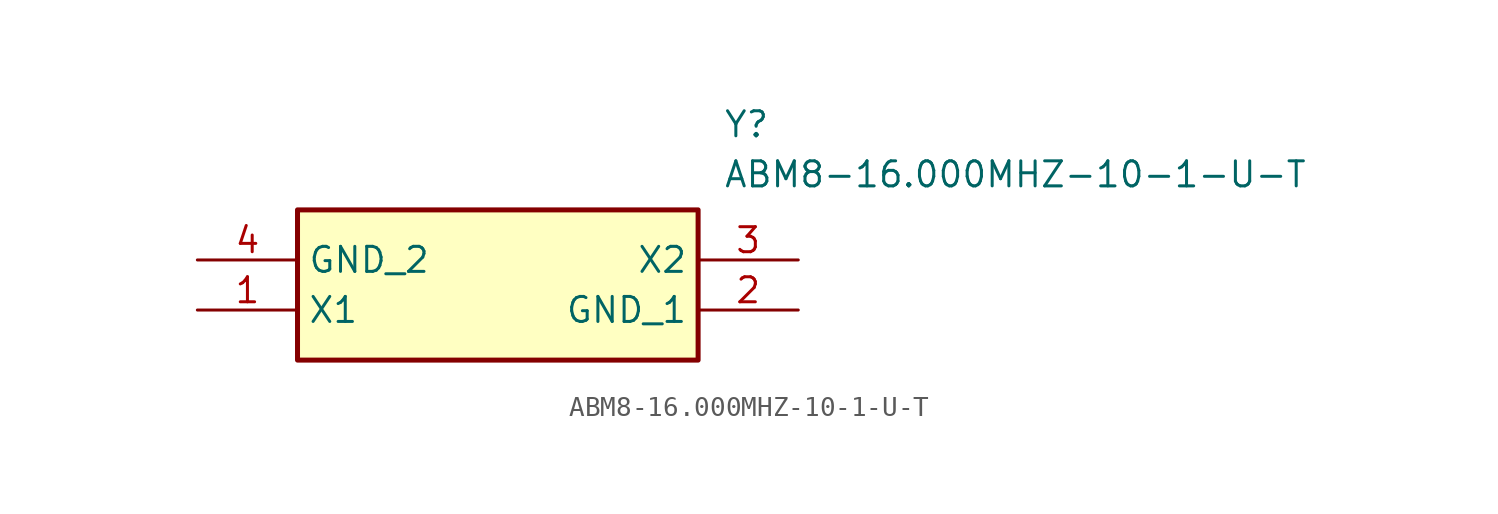
<source format=kicad_sym>
(kicad_symbol_lib
  (version 20211014)
  (generator SamacSys_ECAD_Model)
  (symbol "ABM8-16.000MHZ-10-1-U-T"
    (property "Reference" "Y"
      (at 26.67 7.62 0)
      (effects (font (size 1.27 1.27)) (justify left top)))
    (property "Value" "ABM8-16.000MHZ-10-1-U-T"
      (at 26.67 5.08 0)
      (effects (font (size 1.27 1.27)) (justify left top)))
    (rectangle
      (start 5.08 2.54)
      (end 25.4 -5.08)
      (stroke (width 0.254) (type default))
      (fill (type background)))
    (pin passive line
      (at 0 -2.54 0)
      (length 5.08)
      (name "X1" (effects (font (size 1.27 1.27))))
      (number "1" (effects (font (size 1.27 1.27)))))
    (pin passive line
      (at 30.48 -2.54 180)
      (length 5.08)
      (name "GND_1" (effects (font (size 1.27 1.27))))
      (number "2" (effects (font (size 1.27 1.27)))))
    (pin passive line
      (at 30.48 0 180)
      (length 5.08)
      (name "X2" (effects (font (size 1.27 1.27))))
      (number "3" (effects (font (size 1.27 1.27)))))
    (pin passive line
      (at 0 0 0)
      (length 5.08)
      (name "GND_2" (effects (font (size 1.27 1.27))))
      (number "4" (effects (font (size 1.27 1.27)))))))
</source>
